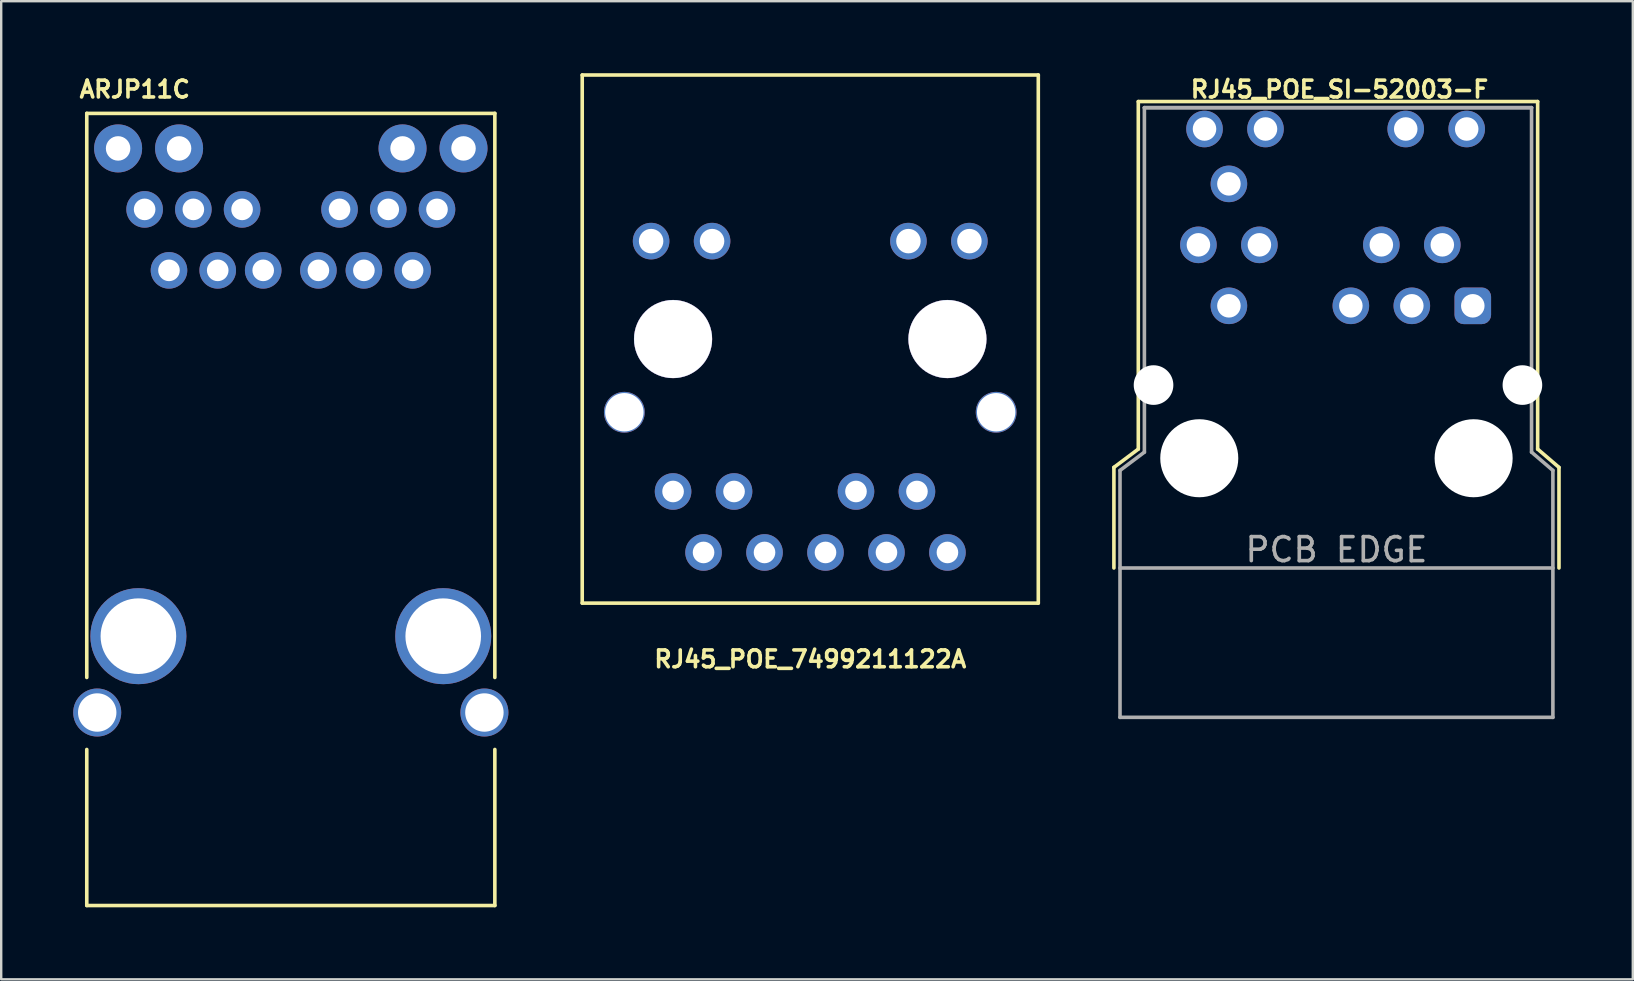
<source format=kicad_pcb>
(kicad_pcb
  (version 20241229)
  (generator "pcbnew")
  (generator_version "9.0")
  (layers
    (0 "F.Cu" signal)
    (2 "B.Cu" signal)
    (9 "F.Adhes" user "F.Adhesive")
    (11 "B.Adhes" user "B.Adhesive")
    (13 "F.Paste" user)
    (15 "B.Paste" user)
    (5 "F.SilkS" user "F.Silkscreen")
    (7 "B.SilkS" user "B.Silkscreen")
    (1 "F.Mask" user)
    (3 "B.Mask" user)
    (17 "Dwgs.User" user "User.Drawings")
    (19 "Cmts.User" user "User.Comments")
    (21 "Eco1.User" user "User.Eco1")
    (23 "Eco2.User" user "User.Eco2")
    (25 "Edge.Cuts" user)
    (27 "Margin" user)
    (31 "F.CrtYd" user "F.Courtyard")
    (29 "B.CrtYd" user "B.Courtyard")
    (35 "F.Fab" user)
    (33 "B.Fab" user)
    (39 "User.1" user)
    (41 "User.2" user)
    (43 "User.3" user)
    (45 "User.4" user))
  (footprint "RJ45_POE_SI-52003-F"
    (layer "F.Cu")
    (at 52.626 16.04)
    (property "Reference" "RJ45_POE_SI-52003-F" (at 0.127 -15.367 0) (layer "F.SilkS") (effects (font (size 0.7 0.7) (thickness 0.15))))
    (attr through_hole)
    (fp_line (start -9.271 0.381) (end -9.271 4.572) (stroke (width 0.15) (type solid)) (layer "F.SilkS"))
    (fp_line (start -9.271 0.381) (end -8.255 -0.381) (stroke (width 0.15) (type solid)) (layer "F.SilkS"))
    (fp_line (start -8.255 -14.859) (end -8.255 -0.381) (stroke (width 0.15) (type solid)) (layer "F.SilkS"))
    (fp_line (start -8.255 -14.859) (end 8.382 -14.859) (stroke (width 0.15) (type solid)) (layer "F.SilkS"))
    (fp_line (start 8.382 -14.859) (end 8.382 -0.381) (stroke (width 0.15) (type solid)) (layer "F.SilkS"))
    (fp_line (start 8.382 -0.381) (end 9.271 0.381) (stroke (width 0.15) (type solid)) (layer "F.SilkS"))
    (fp_line (start 9.271 0.381) (end 9.271 4.572) (stroke (width 0.15) (type solid)) (layer "F.SilkS"))
    (fp_line (start -9.017 0.508) (end -9.017 10.795) (stroke (width 0.15) (type solid)) (layer "F.Fab"))
    (fp_line (start -8.001 -14.605) (end 8.128 -14.605) (stroke (width 0.15) (type solid)) (layer "F.Fab"))
    (fp_line (start -8.001 -0.254) (end -9.017 0.508) (stroke (width 0.15) (type solid)) (layer "F.Fab"))
    (fp_line (start -8.001 -0.254) (end -8.001 -14.605) (stroke (width 0.15) (type solid)) (layer "F.Fab"))
    (fp_line (start 8.128 -14.605) (end -8.001 -14.605) (stroke (width 0.15) (type solid)) (layer "F.Fab"))
    (fp_line (start 8.128 -0.254) (end 8.128 -14.605) (stroke (width 0.15) (type solid)) (layer "F.Fab"))
    (fp_line (start 8.128 -0.254) (end 9.017 0.508) (stroke (width 0.15) (type solid)) (layer "F.Fab"))
    (fp_line (start 9.017 0.508) (end 9.017 10.795) (stroke (width 0.15) (type solid)) (layer "F.Fab"))
    (fp_line (start 9.017 4.572) (end -9.017 4.572) (stroke (width 0.15) (type solid)) (layer "F.Fab"))
    (fp_line (start 9.017 10.795) (end -9.017 10.795) (stroke (width 0.15) (type solid)) (layer "F.Fab"))
    (fp_text user "PCB EDGE" (at 0 3.81 0) (layer "F.Fab") (effects (font (size 1 1) (thickness 0.15))))
    (pad "" np_thru_hole circle (at -7.62 -3.048) (size 1.651 1.651) (drill 1.651) (layers "*.Cu" "*.Mask"))
    (pad "" np_thru_hole circle (at -5.715 0) (size 3.251 3.251) (drill 3.251) (layers "*.Cu" "*.Mask"))
    (pad "" np_thru_hole circle (at 5.715 0) (size 3.251 3.251) (drill 3.251) (layers "*.Cu" "*.Mask"))
    (pad "" np_thru_hole circle (at 7.747 -3.048) (size 1.651 1.651) (drill 1.651) (layers "*.Cu" "*.Mask"))
    (pad "1" thru_hole roundrect (at 5.68 -6.35) (size 1.524 1.524) (drill 0.98) (layers "*.Cu" "*.Mask") (roundrect_rratio 0.25))
    (pad "2" thru_hole circle (at 4.41 -8.89) (size 1.524 1.524) (drill 0.98) (layers "*.Cu" "*.Mask"))
    (pad "3" thru_hole circle (at 3.14 -6.35) (size 1.524 1.524) (drill 0.98) (layers "*.Cu" "*.Mask"))
    (pad "4" thru_hole circle (at 1.87 -8.89) (size 1.524 1.524) (drill 0.98) (layers "*.Cu" "*.Mask"))
    (pad "5" thru_hole circle (at 0.6 -6.35) (size 1.524 1.524) (drill 0.98) (layers "*.Cu" "*.Mask"))
    (pad "8" thru_hole circle (at -3.21 -8.89) (size 1.524 1.524) (drill 0.98) (layers "*.Cu" "*.Mask"))
    (pad "9" thru_hole circle (at -4.48 -6.35) (size 1.524 1.524) (drill 0.98) (layers "*.Cu" "*.Mask"))
    (pad "10" thru_hole circle (at -5.75 -8.89) (size 1.524 1.524) (drill 0.98) (layers "*.Cu" "*.Mask"))
    (pad "11" thru_hole circle (at -4.48 -11.43) (size 1.524 1.524) (drill 0.98) (layers "*.Cu" "*.Mask"))
    (pad "12" thru_hole circle (at -5.496 -13.716) (size 1.524 1.524) (drill 0.98) (layers "*.Cu" "*.Mask"))
    (pad "13" thru_hole circle (at -2.956 -13.716) (size 1.524 1.524) (drill 0.98) (layers "*.Cu" "*.Mask"))
    (pad "14" thru_hole circle (at 2.886 -13.716) (size 1.524 1.524) (drill 0.98) (layers "*.Cu" "*.Mask"))
    (pad "15" thru_hole circle (at 5.426 -13.716) (size 1.524 1.524) (drill 0.98) (layers "*.Cu" "*.Mask")))
  (footprint "RJ45_POE_7499211122A"
    (layer "F.Cu")
    (at 30.705 11.075)
    (property "Reference" "RJ45_POE_7499211122A" (at 0 13.335 0) (layer "F.SilkS") (effects (font (size 0.7 0.7) (thickness 0.15))))
    (attr through_hole)
    (fp_line (start -9.5 -11) (end 9.5 -11) (stroke (width 0.15) (type solid)) (layer "F.SilkS"))
    (fp_line (start -9.5 11) (end -9.5 -11) (stroke (width 0.15) (type solid)) (layer "F.SilkS"))
    (fp_line (start 9.5 -11) (end 9.5 11) (stroke (width 0.15) (type solid)) (layer "F.SilkS"))
    (fp_line (start 9.5 11) (end -9.5 11) (stroke (width 0.15) (type solid)) (layer "F.SilkS"))
    (pad "" np_thru_hole circle (at -7.745 3.05) (size 1.7 1.7) (drill 1.6) (layers "*.Cu" "*.Mask"))
    (pad "" np_thru_hole circle (at -5.715 0) (size 3.26 3.26) (drill 3.25) (layers "*.Cu" "*.Mask"))
    (pad "" np_thru_hole circle (at 5.715 0) (size 3.26 3.26) (drill 3.25) (layers "*.Cu" "*.Mask"))
    (pad "" np_thru_hole circle (at 7.745 3.05) (size 1.7 1.7) (drill 1.6) (layers "*.Cu" "*.Mask"))
    (pad "1" thru_hole circle (at 5.715 8.89) (size 1.524 1.524) (drill 0.9) (layers "*.Cu" "*.Mask"))
    (pad "2" thru_hole circle (at 4.445 6.35) (size 1.524 1.524) (drill 0.9) (layers "*.Cu" "*.Mask"))
    (pad "3" thru_hole circle (at 3.175 8.89) (size 1.524 1.524) (drill 0.9) (layers "*.Cu" "*.Mask"))
    (pad "4" thru_hole circle (at 1.905 6.35) (size 1.524 1.524) (drill 0.9) (layers "*.Cu" "*.Mask"))
    (pad "5" thru_hole circle (at 0.635 8.89) (size 1.524 1.524) (drill 0.9) (layers "*.Cu" "*.Mask"))
    (pad "7" thru_hole circle (at -1.905 8.89) (size 1.524 1.524) (drill 0.9) (layers "*.Cu" "*.Mask"))
    (pad "8" thru_hole circle (at -3.175 6.35) (size 1.524 1.524) (drill 0.9) (layers "*.Cu" "*.Mask"))
    (pad "9" thru_hole circle (at -4.445 8.89) (size 1.524 1.524) (drill 0.9) (layers "*.Cu" "*.Mask"))
    (pad "10" thru_hole circle (at -5.715 6.35) (size 1.524 1.524) (drill 0.9) (layers "*.Cu" "*.Mask"))
    (pad "11" thru_hole circle (at 6.63 -4.08) (size 1.524 1.524) (drill 1.02) (layers "*.Cu" "*.Mask"))
    (pad "12" thru_hole circle (at 4.09 -4.08) (size 1.524 1.524) (drill 1.02) (layers "*.Cu" "*.Mask"))
    (pad "13" thru_hole circle (at -4.09 -4.08) (size 1.524 1.524) (drill 1.02) (layers "*.Cu" "*.Mask"))
    (pad "14" thru_hole circle (at -6.63 -4.08) (size 1.524 1.524) (drill 1.02) (layers "*.Cu" "*.Mask")))
  (footprint "ARJP11C"
    (layer "F.Cu")
    (at 9.065 5.673)
    (property "Reference" "ARJP11C" (at -6.5 -5 0) (layer "F.SilkS") (effects (font (size 0.7 0.7) (thickness 0.15))))
    (attr through_hole)
    (fp_line (start -8.5 -4) (end 8.5 -4) (stroke (width 0.15) (type solid)) (layer "F.SilkS"))
    (fp_line (start -8.5 19.5) (end -8.5 -4) (stroke (width 0.15) (type solid)) (layer "F.SilkS"))
    (fp_line (start -8.5 29) (end -8.5 22.5) (stroke (width 0.15) (type solid)) (layer "F.SilkS"))
    (fp_line (start -8.5 29) (end 8.5 29) (stroke (width 0.15) (type solid)) (layer "F.SilkS"))
    (fp_line (start 8.5 -4) (end 8.5 19.5) (stroke (width 0.15) (type solid)) (layer "F.SilkS"))
    (fp_line (start 8.5 29) (end 8.5 22.5) (stroke (width 0.15) (type solid)) (layer "F.SilkS"))
    (pad "" np_thru_hole circle (at -8.065 20.96) (size 2 2) (drill 1.6) (layers "*.Cu" "*.Mask"))
    (pad "" np_thru_hole circle (at -6.35 17.78) (size 4 4) (drill 3.15) (layers "*.Cu" "*.Mask"))
    (pad "" np_thru_hole circle (at 6.35 17.78) (size 4 4) (drill 3.15) (layers "*.Cu" "*.Mask"))
    (pad "" np_thru_hole circle (at 8.065 20.96) (size 2 2) (drill 1.6) (layers "*.Cu" "*.Mask"))
    (pad "1" thru_hole circle (at 5.075 2.54) (size 1.524 1.524) (drill 0.9) (layers "*.Cu" "*.Mask"))
    (pad "2" thru_hole circle (at 3.045 2.54) (size 1.524 1.524) (drill 0.9) (layers "*.Cu" "*.Mask"))
    (pad "3" thru_hole circle (at 1.15 2.54) (size 1.524 1.524) (drill 0.9) (layers "*.Cu" "*.Mask"))
    (pad "4" thru_hole circle (at -1.15 2.54) (size 1.524 1.524) (drill 0.9) (layers "*.Cu" "*.Mask"))
    (pad "5" thru_hole circle (at -3.045 2.54) (size 1.524 1.524) (drill 0.9) (layers "*.Cu" "*.Mask"))
    (pad "6" thru_hole circle (at -5.075 2.54) (size 1.524 1.524) (drill 0.9) (layers "*.Cu" "*.Mask"))
    (pad "7" thru_hole circle (at 6.09 0) (size 1.524 1.524) (drill 0.9) (layers "*.Cu" "*.Mask"))
    (pad "8" thru_hole circle (at 4.06 0) (size 1.524 1.524) (drill 0.9) (layers "*.Cu" "*.Mask"))
    (pad "9" thru_hole circle (at 2.03 0) (size 1.524 1.524) (drill 0.9) (layers "*.Cu" "*.Mask"))
    (pad "10" thru_hole circle (at -2.03 0) (size 1.524 1.524) (drill 0.9) (layers "*.Cu" "*.Mask"))
    (pad "11" thru_hole circle (at -4.06 0) (size 1.524 1.524) (drill 0.9) (layers "*.Cu" "*.Mask"))
    (pad "12" thru_hole circle (at -6.09 0) (size 1.524 1.524) (drill 0.9) (layers "*.Cu" "*.Mask"))
    (pad "13" thru_hole circle (at 7.195 -2.54) (size 2 2) (drill 1.02) (layers "*.Cu" "*.Mask"))
    (pad "14" thru_hole circle (at 4.655 -2.54) (size 2 2) (drill 1.02) (layers "*.Cu" "*.Mask"))
    (pad "15" thru_hole circle (at -4.655 -2.54) (size 2 2) (drill 1.02) (layers "*.Cu" "*.Mask"))
    (pad "16" thru_hole circle (at -7.195 -2.54) (size 2 2) (drill 1.02) (layers "*.Cu" "*.Mask")))
  (gr_rect
    (start -3 -3)
    (end 64.972 37.748)
    (stroke (width 0.1) (type default))
    (fill no)
    (layer "Edge.Cuts")))
</source>
